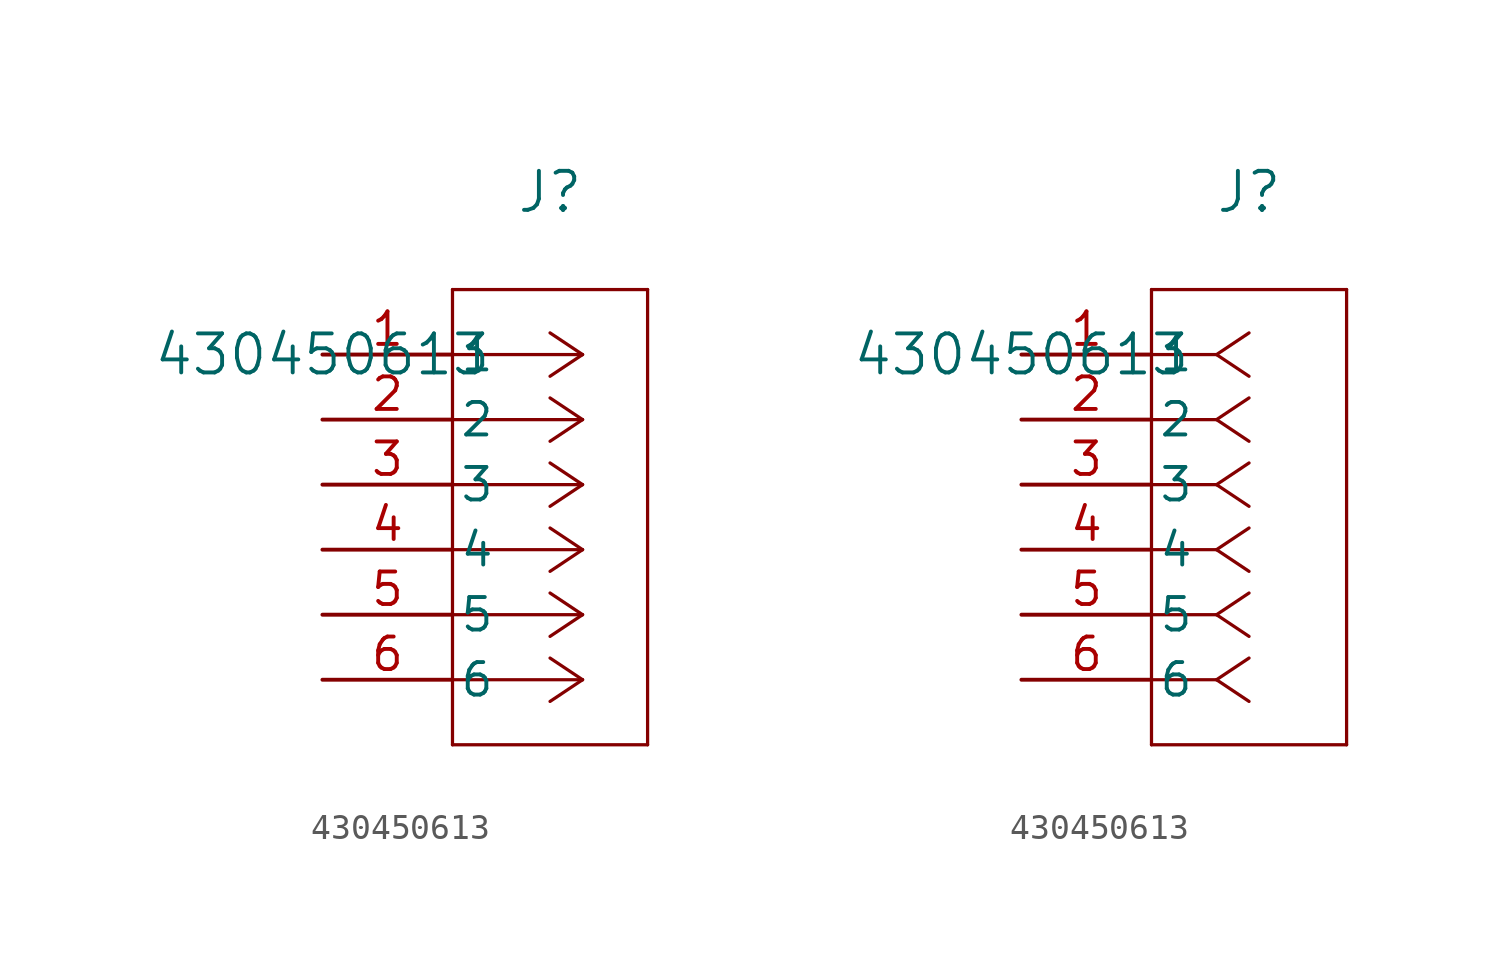
<source format=kicad_sym>
(kicad_symbol_lib
  (version 20211014)
  (generator kicad_symbol_editor)
  (symbol "430450613"
    (pin_names
      (offset 0.254))
    (property "Reference" "J"
      (at 8.89 6.35 0)
      (effects (font (size 1.524 1.524))))
    (property "Value" "430450613"
      (at 0 0 0)
      (effects (font (size 1.524 1.524))))
    (symbol "430450613_1_1"
      (polyline (pts (xy 10.16 0) (xy 5.08 0)) (stroke (width 0.127) (type default) (color 0 0 0 0)) (fill (type none)))
      (polyline (pts (xy 10.16 -2.54) (xy 5.08 -2.54)) (stroke (width 0.127) (type default) (color 0 0 0 0)) (fill (type none)))
      (polyline (pts (xy 10.16 -5.08) (xy 5.08 -5.08)) (stroke (width 0.127) (type default) (color 0 0 0 0)) (fill (type none)))
      (polyline (pts (xy 10.16 -7.62) (xy 5.08 -7.62)) (stroke (width 0.127) (type default) (color 0 0 0 0)) (fill (type none)))
      (polyline (pts (xy 10.16 -10.16) (xy 5.08 -10.16)) (stroke (width 0.127) (type default) (color 0 0 0 0)) (fill (type none)))
      (polyline (pts (xy 10.16 -12.7) (xy 5.08 -12.7)) (stroke (width 0.127) (type default) (color 0 0 0 0)) (fill (type none)))
      (polyline (pts (xy 10.16 0) (xy 8.89 0.847)) (stroke (width 0.127) (type default) (color 0 0 0 0)) (fill (type none)))
      (polyline (pts (xy 10.16 -2.54) (xy 8.89 -1.693)) (stroke (width 0.127) (type default) (color 0 0 0 0)) (fill (type none)))
      (polyline (pts (xy 10.16 -5.08) (xy 8.89 -4.233)) (stroke (width 0.127) (type default) (color 0 0 0 0)) (fill (type none)))
      (polyline (pts (xy 10.16 -7.62) (xy 8.89 -6.773)) (stroke (width 0.127) (type default) (color 0 0 0 0)) (fill (type none)))
      (polyline (pts (xy 10.16 -10.16) (xy 8.89 -9.313)) (stroke (width 0.127) (type default) (color 0 0 0 0)) (fill (type none)))
      (polyline (pts (xy 10.16 -12.7) (xy 8.89 -11.853)) (stroke (width 0.127) (type default) (color 0 0 0 0)) (fill (type none)))
      (polyline (pts (xy 10.16 0) (xy 8.89 -0.847)) (stroke (width 0.127) (type default) (color 0 0 0 0)) (fill (type none)))
      (polyline (pts (xy 10.16 -2.54) (xy 8.89 -3.387)) (stroke (width 0.127) (type default) (color 0 0 0 0)) (fill (type none)))
      (polyline (pts (xy 10.16 -5.08) (xy 8.89 -5.927)) (stroke (width 0.127) (type default) (color 0 0 0 0)) (fill (type none)))
      (polyline (pts (xy 10.16 -7.62) (xy 8.89 -8.467)) (stroke (width 0.127) (type default) (color 0 0 0 0)) (fill (type none)))
      (polyline (pts (xy 10.16 -10.16) (xy 8.89 -11.007)) (stroke (width 0.127) (type default) (color 0 0 0 0)) (fill (type none)))
      (polyline (pts (xy 10.16 -12.7) (xy 8.89 -13.547)) (stroke (width 0.127) (type default) (color 0 0 0 0)) (fill (type none)))
      (polyline (pts (xy 5.08 2.54) (xy 5.08 -15.24)) (stroke (width 0.127) (type default) (color 0 0 0 0)) (fill (type none)))
      (polyline (pts (xy 5.08 -15.24) (xy 12.7 -15.24)) (stroke (width 0.127) (type default) (color 0 0 0 0)) (fill (type none)))
      (polyline (pts (xy 12.7 -15.24) (xy 12.7 2.54)) (stroke (width 0.127) (type default) (color 0 0 0 0)) (fill (type none)))
      (polyline (pts (xy 12.7 2.54) (xy 5.08 2.54)) (stroke (width 0.127) (type default) (color 0 0 0 0)) (fill (type none)))
      (pin unspecified line (at 0 0 0) (length 5.08) (name "1" (effects (font (size 1.27 1.27)))) (number "1" (effects (font (size 1.27 1.27)))))
      (pin unspecified line (at 0 -2.54 0) (length 5.08) (name "2" (effects (font (size 1.27 1.27)))) (number "2" (effects (font (size 1.27 1.27)))))
      (pin unspecified line (at 0 -5.08 0) (length 5.08) (name "3" (effects (font (size 1.27 1.27)))) (number "3" (effects (font (size 1.27 1.27)))))
      (pin unspecified line (at 0 -7.62 0) (length 5.08) (name "4" (effects (font (size 1.27 1.27)))) (number "4" (effects (font (size 1.27 1.27)))))
      (pin unspecified line (at 0 -10.16 0) (length 5.08) (name "5" (effects (font (size 1.27 1.27)))) (number "5" (effects (font (size 1.27 1.27)))))
      (pin unspecified line (at 0 -12.7 0) (length 5.08) (name "6" (effects (font (size 1.27 1.27)))) (number "6" (effects (font (size 1.27 1.27))))))
    (symbol "430450613_1_2"
      (polyline (pts (xy 7.62 0) (xy 5.08 0)) (stroke (width 0.127) (type default) (color 0 0 0 0)) (fill (type none)))
      (polyline (pts (xy 7.62 -2.54) (xy 5.08 -2.54)) (stroke (width 0.127) (type default) (color 0 0 0 0)) (fill (type none)))
      (polyline (pts (xy 7.62 -5.08) (xy 5.08 -5.08)) (stroke (width 0.127) (type default) (color 0 0 0 0)) (fill (type none)))
      (polyline (pts (xy 7.62 -7.62) (xy 5.08 -7.62)) (stroke (width 0.127) (type default) (color 0 0 0 0)) (fill (type none)))
      (polyline (pts (xy 7.62 -10.16) (xy 5.08 -10.16)) (stroke (width 0.127) (type default) (color 0 0 0 0)) (fill (type none)))
      (polyline (pts (xy 7.62 -12.7) (xy 5.08 -12.7)) (stroke (width 0.127) (type default) (color 0 0 0 0)) (fill (type none)))
      (polyline (pts (xy 7.62 0) (xy 8.89 0.847)) (stroke (width 0.127) (type default) (color 0 0 0 0)) (fill (type none)))
      (polyline (pts (xy 7.62 -2.54) (xy 8.89 -1.693)) (stroke (width 0.127) (type default) (color 0 0 0 0)) (fill (type none)))
      (polyline (pts (xy 7.62 -5.08) (xy 8.89 -4.233)) (stroke (width 0.127) (type default) (color 0 0 0 0)) (fill (type none)))
      (polyline (pts (xy 7.62 -7.62) (xy 8.89 -6.773)) (stroke (width 0.127) (type default) (color 0 0 0 0)) (fill (type none)))
      (polyline (pts (xy 7.62 -10.16) (xy 8.89 -9.313)) (stroke (width 0.127) (type default) (color 0 0 0 0)) (fill (type none)))
      (polyline (pts (xy 7.62 -12.7) (xy 8.89 -11.853)) (stroke (width 0.127) (type default) (color 0 0 0 0)) (fill (type none)))
      (polyline (pts (xy 7.62 0) (xy 8.89 -0.847)) (stroke (width 0.127) (type default) (color 0 0 0 0)) (fill (type none)))
      (polyline (pts (xy 7.62 -2.54) (xy 8.89 -3.387)) (stroke (width 0.127) (type default) (color 0 0 0 0)) (fill (type none)))
      (polyline (pts (xy 7.62 -5.08) (xy 8.89 -5.927)) (stroke (width 0.127) (type default) (color 0 0 0 0)) (fill (type none)))
      (polyline (pts (xy 7.62 -7.62) (xy 8.89 -8.467)) (stroke (width 0.127) (type default) (color 0 0 0 0)) (fill (type none)))
      (polyline (pts (xy 7.62 -10.16) (xy 8.89 -11.007)) (stroke (width 0.127) (type default) (color 0 0 0 0)) (fill (type none)))
      (polyline (pts (xy 7.62 -12.7) (xy 8.89 -13.547)) (stroke (width 0.127) (type default) (color 0 0 0 0)) (fill (type none)))
      (polyline (pts (xy 5.08 2.54) (xy 5.08 -15.24)) (stroke (width 0.127) (type default) (color 0 0 0 0)) (fill (type none)))
      (polyline (pts (xy 5.08 -15.24) (xy 12.7 -15.24)) (stroke (width 0.127) (type default) (color 0 0 0 0)) (fill (type none)))
      (polyline (pts (xy 12.7 -15.24) (xy 12.7 2.54)) (stroke (width 0.127) (type default) (color 0 0 0 0)) (fill (type none)))
      (polyline (pts (xy 12.7 2.54) (xy 5.08 2.54)) (stroke (width 0.127) (type default) (color 0 0 0 0)) (fill (type none)))
      (pin unspecified line (at 0 0 0) (length 5.08) (name "1" (effects (font (size 1.27 1.27)))) (number "1" (effects (font (size 1.27 1.27)))))
      (pin unspecified line (at 0 -2.54 0) (length 5.08) (name "2" (effects (font (size 1.27 1.27)))) (number "2" (effects (font (size 1.27 1.27)))))
      (pin unspecified line (at 0 -5.08 0) (length 5.08) (name "3" (effects (font (size 1.27 1.27)))) (number "3" (effects (font (size 1.27 1.27)))))
      (pin unspecified line (at 0 -7.62 0) (length 5.08) (name "4" (effects (font (size 1.27 1.27)))) (number "4" (effects (font (size 1.27 1.27)))))
      (pin unspecified line (at 0 -10.16 0) (length 5.08) (name "5" (effects (font (size 1.27 1.27)))) (number "5" (effects (font (size 1.27 1.27)))))
      (pin unspecified line (at 0 -12.7 0) (length 5.08) (name "6" (effects (font (size 1.27 1.27)))) (number "6" (effects (font (size 1.27 1.27))))))))
</source>
